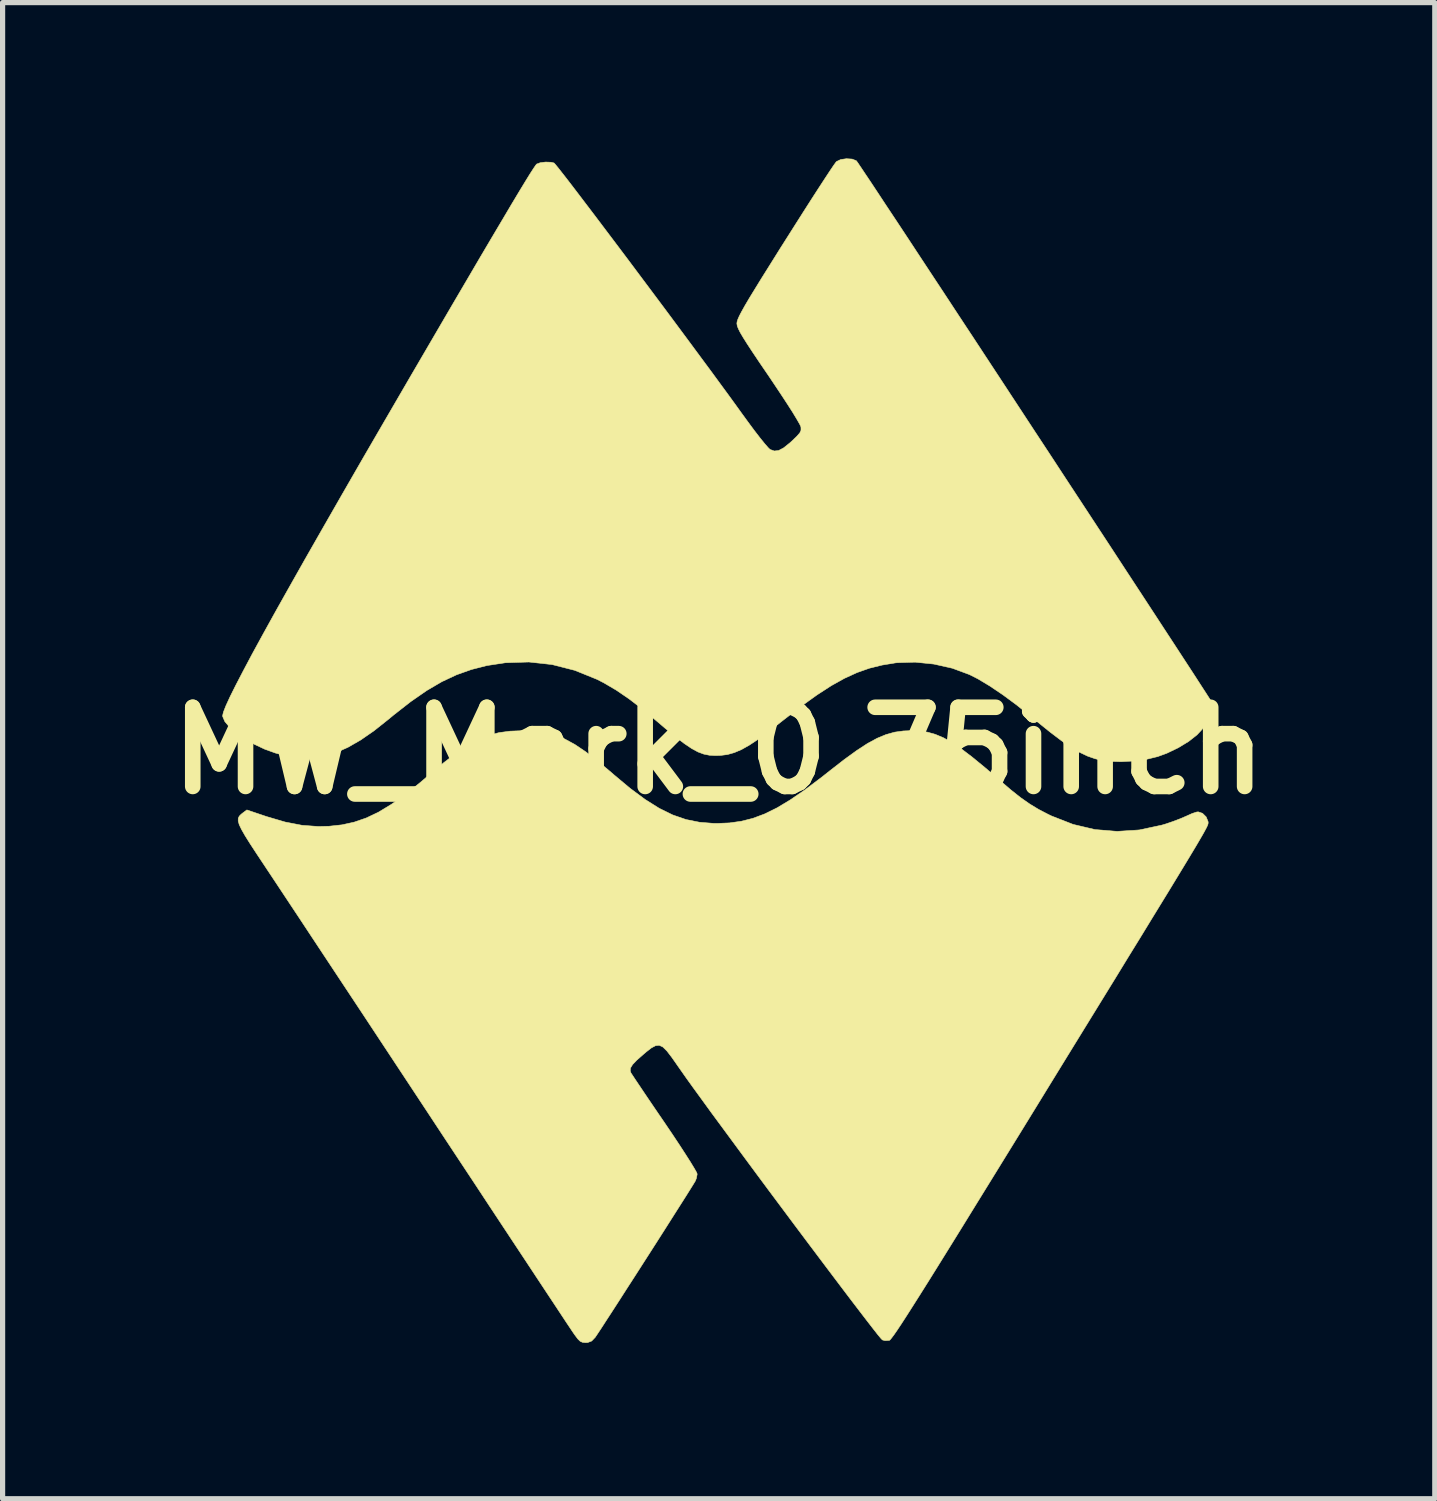
<source format=kicad_pcb>
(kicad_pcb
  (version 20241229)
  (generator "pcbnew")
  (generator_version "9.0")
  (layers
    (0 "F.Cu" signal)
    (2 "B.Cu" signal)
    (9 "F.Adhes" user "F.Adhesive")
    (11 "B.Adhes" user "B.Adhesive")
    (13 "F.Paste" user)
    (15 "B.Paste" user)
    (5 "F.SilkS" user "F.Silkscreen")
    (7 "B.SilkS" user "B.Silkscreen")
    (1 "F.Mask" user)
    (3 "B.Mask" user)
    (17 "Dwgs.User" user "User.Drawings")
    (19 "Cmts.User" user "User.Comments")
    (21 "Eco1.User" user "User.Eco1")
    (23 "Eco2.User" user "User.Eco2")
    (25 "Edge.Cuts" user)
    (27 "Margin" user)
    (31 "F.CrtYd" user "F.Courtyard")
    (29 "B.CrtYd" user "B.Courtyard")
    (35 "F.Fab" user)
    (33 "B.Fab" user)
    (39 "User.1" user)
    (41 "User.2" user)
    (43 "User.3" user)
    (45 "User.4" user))
  (footprint "MW_Mark_0.75inch"
    (layer "F.Cu")
    (at 10.784 11.399)
    (property "Reference" "MW_Mark_0.75inch" (at 0 0 0) (layer "F.SilkS") (effects (font (size 1.524 1.524) (thickness 0.3))))
    (attr through_hole)
    (fp_poly (pts (xy 2.569 -11.387) (xy 2.649 -11.355) (xy 2.671 -11.326) (xy 2.724 -11.247) (xy 2.809 -11.12) (xy 2.923 -10.95) (xy 3.063 -10.738) (xy 3.227 -10.489) (xy 3.415 -10.206) (xy 3.623 -9.891) (xy 3.849 -9.547) (xy 4.092 -9.178) (xy 4.35 -8.787) (xy 4.619 -8.377) (xy 4.9 -7.951) (xy 5.188 -7.512) (xy 5.483 -7.063) (xy 5.782 -6.607) (xy 6.083 -6.148) (xy 6.385 -5.689) (xy 6.684 -5.232) (xy 6.98 -4.781) (xy 7.27 -4.339) (xy 7.552 -3.909) (xy 7.823 -3.494) (xy 8.083 -3.097) (xy 8.329 -2.721) (xy 8.558 -2.37) (xy 8.77 -2.046) (xy 8.961 -1.753) (xy 9.13 -1.494) (xy 9.274 -1.271) (xy 9.392 -1.089) (xy 9.482 -0.949) (xy 9.542 -0.856) (xy 9.569 -0.812) (xy 9.57 -0.809) (xy 9.559 -0.767) (xy 9.515 -0.69) (xy 9.448 -0.592) (xy 9.368 -0.486) (xy 9.284 -0.386) (xy 9.207 -0.304) (xy 9.205 -0.302) (xy 9.046 -0.177) (xy 8.845 -0.055) (xy 8.624 0.051) (xy 8.451 0.114) (xy 8.239 0.166) (xy 7.995 0.199) (xy 7.744 0.213) (xy 7.511 0.205) (xy 7.392 0.19) (xy 7.246 0.156) (xy 7.1 0.105) (xy 6.947 0.032) (xy 6.78 -0.066) (xy 6.593 -0.195) (xy 6.378 -0.358) (xy 6.128 -0.56) (xy 6 -0.666) (xy 5.735 -0.879) (xy 5.471 -1.074) (xy 5.219 -1.244) (xy 4.991 -1.381) (xy 4.827 -1.464) (xy 4.498 -1.586) (xy 4.143 -1.666) (xy 3.783 -1.703) (xy 3.44 -1.693) (xy 3.399 -1.689) (xy 3.145 -1.647) (xy 2.902 -1.587) (xy 2.664 -1.503) (xy 2.421 -1.392) (xy 2.166 -1.25) (xy 1.893 -1.073) (xy 1.592 -0.857) (xy 1.257 -0.598) (xy 1.225 -0.573) (xy 0.979 -0.38) (xy 0.771 -0.226) (xy 0.593 -0.108) (xy 0.439 -0.021) (xy 0.3 0.038) (xy 0.169 0.075) (xy 0.036 0.092) (xy -0.061 0.095) (xy -0.176 0.089) (xy -0.286 0.067) (xy -0.399 0.025) (xy -0.522 -0.042) (xy -0.663 -0.137) (xy -0.83 -0.265) (xy -1.031 -0.431) (xy -1.162 -0.543) (xy -1.458 -0.791) (xy -1.725 -0.996) (xy -1.971 -1.164) (xy -2.206 -1.302) (xy -2.337 -1.37) (xy -2.768 -1.545) (xy -3.207 -1.657) (xy -3.653 -1.706) (xy -4.106 -1.692) (xy -4.461 -1.638) (xy -4.759 -1.562) (xy -5.046 -1.46) (xy -5.33 -1.327) (xy -5.62 -1.157) (xy -5.926 -0.945) (xy -6.256 -0.687) (xy -6.35 -0.609) (xy -6.634 -0.383) (xy -6.893 -0.204) (xy -7.137 -0.064) (xy -7.377 0.043) (xy -7.41 0.056) (xy -7.51 0.09) (xy -7.597 0.111) (xy -7.688 0.122) (xy -7.803 0.124) (xy -7.961 0.119) (xy -7.989 0.118) (xy -8.165 0.105) (xy -8.333 0.086) (xy -8.471 0.062) (xy -8.53 0.047) (xy -8.736 -0.027) (xy -8.936 -0.121) (xy -9.122 -0.227) (xy -9.285 -0.34) (xy -9.416 -0.453) (xy -9.506 -0.56) (xy -9.547 -0.655) (xy -9.549 -0.674) (xy -9.533 -0.743) (xy -9.486 -0.863) (xy -9.407 -1.035) (xy -9.296 -1.258) (xy -9.153 -1.533) (xy -8.979 -1.861) (xy -8.772 -2.24) (xy -8.533 -2.672) (xy -8.261 -3.156) (xy -7.957 -3.694) (xy -7.62 -4.284) (xy -7.251 -4.928) (xy -6.849 -5.626) (xy -6.413 -6.377) (xy -5.945 -7.182) (xy -5.799 -7.432) (xy -5.451 -8.028) (xy -5.135 -8.569) (xy -4.848 -9.058) (xy -4.592 -9.495) (xy -4.364 -9.881) (xy -4.164 -10.218) (xy -3.993 -10.507) (xy -3.848 -10.749) (xy -3.729 -10.945) (xy -3.636 -11.096) (xy -3.567 -11.203) (xy -3.523 -11.268) (xy -3.504 -11.291) (xy -3.435 -11.317) (xy -3.332 -11.33) (xy -3.228 -11.326) (xy -3.17 -11.312) (xy -3.144 -11.284) (xy -3.083 -11.209) (xy -2.991 -11.092) (xy -2.87 -10.936) (xy -2.724 -10.745) (xy -2.556 -10.524) (xy -2.369 -10.278) (xy -2.166 -10.009) (xy -1.951 -9.724) (xy -1.726 -9.425) (xy -1.495 -9.116) (xy -1.261 -8.803) (xy -1.027 -8.49) (xy -0.796 -8.179) (xy -0.572 -7.877) (xy -0.357 -7.586) (xy -0.154 -7.312) (xy 0.032 -7.058) (xy 0.2 -6.829) (xy 0.345 -6.629) (xy 0.426 -6.516) (xy 0.56 -6.332) (xy 0.685 -6.163) (xy 0.797 -6.018) (xy 0.89 -5.903) (xy 0.957 -5.827) (xy 0.989 -5.797) (xy 1.07 -5.768) (xy 1.153 -5.777) (xy 1.25 -5.828) (xy 1.371 -5.925) (xy 1.414 -5.964) (xy 1.507 -6.054) (xy 1.561 -6.116) (xy 1.584 -6.165) (xy 1.584 -6.215) (xy 1.581 -6.237) (xy 1.558 -6.286) (xy 1.504 -6.38) (xy 1.423 -6.514) (xy 1.318 -6.678) (xy 1.194 -6.867) (xy 1.056 -7.074) (xy 0.956 -7.223) (xy 0.788 -7.469) (xy 0.654 -7.669) (xy 0.549 -7.829) (xy 0.471 -7.953) (xy 0.415 -8.048) (xy 0.379 -8.12) (xy 0.358 -8.173) (xy 0.351 -8.215) (xy 0.35 -8.227) (xy 0.355 -8.26) (xy 0.37 -8.306) (xy 0.398 -8.369) (xy 0.442 -8.453) (xy 0.504 -8.564) (xy 0.587 -8.705) (xy 0.694 -8.88) (xy 0.825 -9.093) (xy 0.986 -9.35) (xy 1.176 -9.654) (xy 1.277 -9.813) (xy 1.453 -10.091) (xy 1.62 -10.354) (xy 1.775 -10.597) (xy 1.915 -10.814) (xy 2.037 -11.001) (xy 2.136 -11.152) (xy 2.21 -11.262) (xy 2.256 -11.326) (xy 2.267 -11.339) (xy 2.348 -11.378) (xy 2.458 -11.394) (xy 2.569 -11.387)) (stroke (width 0.01) (type solid)) (fill yes) (layer "F.SilkS"))
    (fp_poly (pts (xy 3.868 -0.378) (xy 4.02 -0.356) (xy 4.171 -0.313) (xy 4.326 -0.248) (xy 4.492 -0.155) (xy 4.676 -0.031) (xy 4.883 0.127) (xy 5.122 0.323) (xy 5.398 0.561) (xy 5.411 0.573) (xy 5.627 0.758) (xy 5.814 0.906) (xy 5.987 1.027) (xy 6.16 1.132) (xy 6.347 1.229) (xy 6.41 1.259) (xy 6.823 1.42) (xy 7.243 1.519) (xy 7.669 1.554) (xy 8.098 1.526) (xy 8.528 1.434) (xy 8.609 1.41) (xy 8.752 1.361) (xy 8.893 1.307) (xy 9.004 1.259) (xy 9.015 1.254) (xy 9.113 1.21) (xy 9.198 1.182) (xy 9.23 1.178) (xy 9.313 1.206) (xy 9.383 1.275) (xy 9.42 1.365) (xy 9.422 1.387) (xy 9.421 1.398) (xy 9.419 1.41) (xy 9.414 1.427) (xy 9.405 1.449) (xy 9.39 1.481) (xy 9.368 1.522) (xy 9.339 1.576) (xy 9.3 1.644) (xy 9.25 1.73) (xy 9.189 1.834) (xy 9.114 1.959) (xy 9.025 2.107) (xy 8.92 2.28) (xy 8.798 2.481) (xy 8.658 2.711) (xy 8.498 2.972) (xy 8.317 3.267) (xy 8.115 3.598) (xy 7.888 3.966) (xy 7.638 4.375) (xy 7.361 4.825) (xy 7.057 5.319) (xy 6.724 5.86) (xy 6.362 6.449) (xy 5.969 7.089) (xy 5.634 7.633) (xy 5.295 8.183) (xy 4.988 8.68) (xy 4.712 9.128) (xy 4.465 9.527) (xy 4.245 9.881) (xy 4.052 10.191) (xy 3.884 10.458) (xy 3.739 10.687) (xy 3.618 10.877) (xy 3.517 11.033) (xy 3.436 11.155) (xy 3.373 11.246) (xy 3.327 11.307) (xy 3.298 11.342) (xy 3.284 11.352) (xy 3.201 11.356) (xy 3.151 11.343) (xy 3.123 11.314) (xy 3.059 11.237) (xy 2.965 11.117) (xy 2.842 10.958) (xy 2.693 10.764) (xy 2.522 10.54) (xy 2.332 10.289) (xy 2.126 10.016) (xy 1.907 9.725) (xy 1.677 9.419) (xy 1.441 9.104) (xy 1.201 8.782) (xy 0.96 8.459) (xy 0.722 8.138) (xy 0.489 7.823) (xy 0.265 7.519) (xy 0.052 7.23) (xy -0.147 6.96) (xy -0.327 6.712) (xy -0.487 6.492) (xy -0.623 6.303) (xy -0.731 6.149) (xy -0.78 6.079) (xy -0.901 5.906) (xy -0.996 5.782) (xy -1.074 5.705) (xy -1.144 5.672) (xy -1.215 5.679) (xy -1.296 5.722) (xy -1.396 5.8) (xy -1.446 5.843) (xy -1.575 5.956) (xy -1.657 6.042) (xy -1.698 6.109) (xy -1.703 6.164) (xy -1.69 6.201) (xy -1.665 6.24) (xy -1.609 6.325) (xy -1.525 6.45) (xy -1.419 6.608) (xy -1.294 6.793) (xy -1.155 6.997) (xy -1.036 7.171) (xy -0.89 7.387) (xy -0.756 7.589) (xy -0.639 7.769) (xy -0.541 7.923) (xy -0.469 8.042) (xy -0.425 8.12) (xy -0.414 8.15) (xy -0.429 8.231) (xy -0.451 8.286) (xy -0.479 8.332) (xy -0.537 8.426) (xy -0.621 8.56) (xy -0.729 8.73) (xy -0.855 8.928) (xy -0.995 9.149) (xy -1.146 9.386) (xy -1.304 9.633) (xy -1.465 9.884) (xy -1.624 10.132) (xy -1.779 10.372) (xy -1.923 10.597) (xy -2.055 10.801) (xy -2.17 10.978) (xy -2.263 11.122) (xy -2.332 11.226) (xy -2.371 11.284) (xy -2.376 11.292) (xy -2.445 11.364) (xy -2.521 11.393) (xy -2.563 11.395) (xy -2.619 11.39) (xy -2.665 11.37) (xy -2.713 11.323) (xy -2.776 11.239) (xy -2.827 11.164) (xy -2.862 11.111) (xy -2.931 11.008) (xy -3.03 10.858) (xy -3.158 10.664) (xy -3.313 10.43) (xy -3.492 10.159) (xy -3.694 9.853) (xy -3.917 9.516) (xy -4.158 9.151) (xy -4.415 8.762) (xy -4.686 8.35) (xy -4.97 7.921) (xy -5.264 7.476) (xy -5.565 7.019) (xy -5.586 6.987) (xy -5.896 6.517) (xy -6.203 6.052) (xy -6.504 5.596) (xy -6.797 5.152) (xy -7.08 4.724) (xy -7.35 4.316) (xy -7.604 3.932) (xy -7.84 3.575) (xy -8.055 3.249) (xy -8.248 2.958) (xy -8.415 2.706) (xy -8.554 2.496) (xy -8.663 2.332) (xy -8.728 2.234) (xy -8.89 1.99) (xy -9.018 1.794) (xy -9.116 1.638) (xy -9.185 1.517) (xy -9.229 1.425) (xy -9.249 1.355) (xy -9.248 1.303) (xy -9.229 1.262) (xy -9.194 1.226) (xy -9.164 1.202) (xy -9.082 1.141) (xy -8.703 1.269) (xy -8.346 1.374) (xy -8.02 1.437) (xy -7.707 1.46) (xy -7.499 1.455) (xy -7.251 1.428) (xy -7.016 1.376) (xy -6.784 1.296) (xy -6.548 1.184) (xy -6.301 1.034) (xy -6.035 0.845) (xy -5.742 0.611) (xy -5.571 0.465) (xy -5.294 0.233) (xy -5.05 0.045) (xy -4.83 -0.103) (xy -4.625 -0.215) (xy -4.427 -0.295) (xy -4.227 -0.347) (xy -4.016 -0.375) (xy -3.785 -0.384) (xy -3.776 -0.384) (xy -3.552 -0.376) (xy -3.348 -0.35) (xy -3.156 -0.301) (xy -2.966 -0.226) (xy -2.771 -0.12) (xy -2.561 0.021) (xy -2.328 0.201) (xy -2.063 0.424) (xy -2.021 0.461) (xy -1.704 0.726) (xy -1.414 0.941) (xy -1.143 1.111) (xy -0.884 1.238) (xy -0.629 1.326) (xy -0.37 1.378) (xy -0.1 1.4) (xy -0.032 1.401) (xy 0.208 1.391) (xy 0.436 1.359) (xy 0.661 1.302) (xy 0.888 1.217) (xy 1.125 1.1) (xy 1.379 0.947) (xy 1.658 0.756) (xy 1.969 0.522) (xy 2.145 0.383) (xy 2.419 0.17) (xy 2.656 -0.002) (xy 2.863 -0.137) (xy 3.049 -0.238) (xy 3.222 -0.31) (xy 3.388 -0.356) (xy 3.556 -0.379) (xy 3.706 -0.385) (xy 3.868 -0.378)) (stroke (width 0.01) (type solid)) (fill yes) (layer "F.SilkS")))
  (gr_rect
    (start -3 -3)
    (end 24.568 25.799)
    (stroke (width 0.1) (type default))
    (fill no)
    (layer "Edge.Cuts")))
</source>
